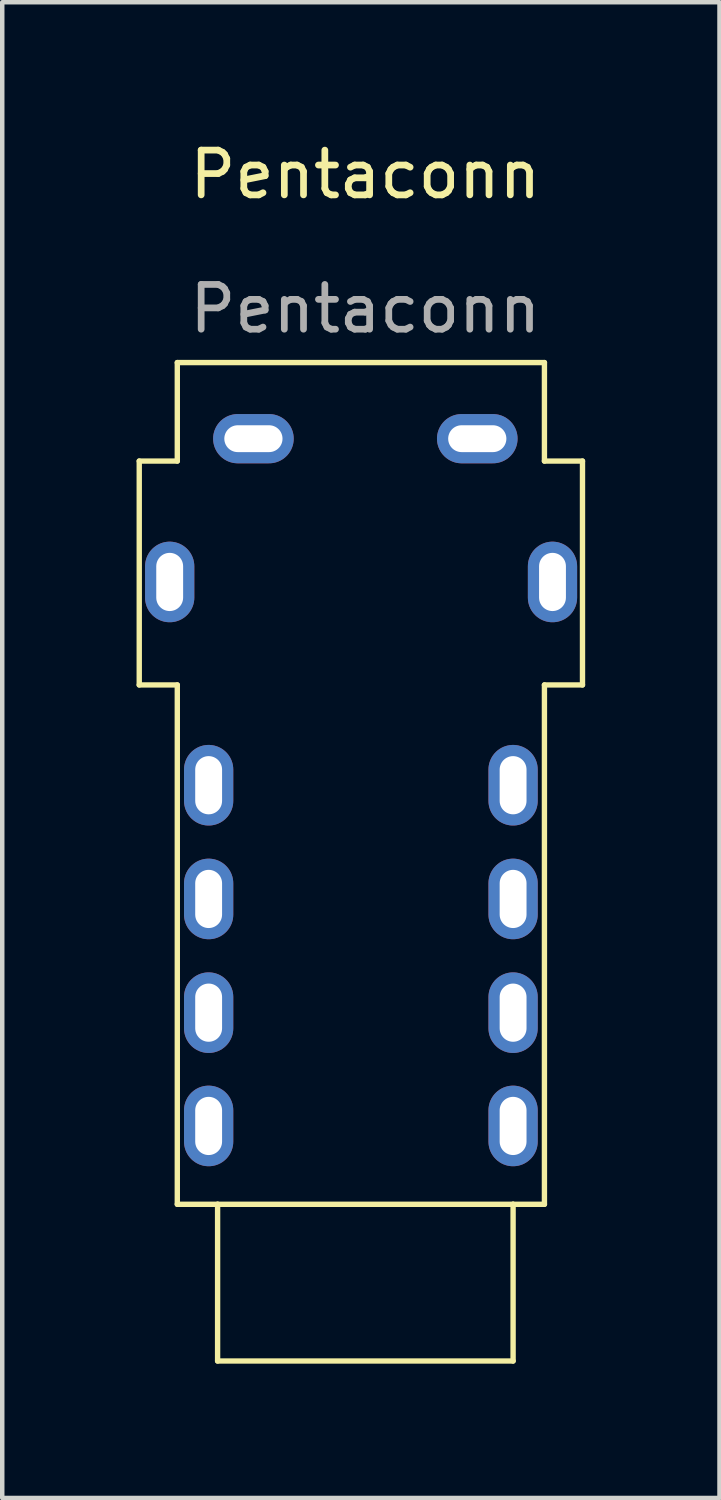
<source format=kicad_pcb>
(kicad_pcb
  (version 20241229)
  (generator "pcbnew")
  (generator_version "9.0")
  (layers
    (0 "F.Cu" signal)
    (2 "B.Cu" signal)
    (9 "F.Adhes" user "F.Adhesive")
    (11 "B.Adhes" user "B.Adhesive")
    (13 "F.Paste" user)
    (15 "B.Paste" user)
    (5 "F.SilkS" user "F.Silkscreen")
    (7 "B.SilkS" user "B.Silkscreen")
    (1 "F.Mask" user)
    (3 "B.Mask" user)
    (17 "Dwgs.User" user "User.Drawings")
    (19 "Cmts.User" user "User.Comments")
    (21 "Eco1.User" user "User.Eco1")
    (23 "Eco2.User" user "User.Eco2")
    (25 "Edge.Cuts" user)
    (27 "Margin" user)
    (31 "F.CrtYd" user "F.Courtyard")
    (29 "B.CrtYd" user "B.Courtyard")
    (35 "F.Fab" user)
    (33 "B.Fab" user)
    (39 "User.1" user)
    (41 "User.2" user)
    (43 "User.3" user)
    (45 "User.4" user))
  (footprint "Pentaconn"
    (layer "F.Cu")
    (at 5.11 15.548)
    (property "Reference" "Pentaconn" (at 0 -14.7 0) (unlocked yes) (layer "F.SilkS") (effects (font (size 1 1) (thickness 0.15))))
    (attr through_hole)
    (fp_line (start -5.05 -8.3) (end -5.05 -3.3) (stroke (width 0.12) (type default)) (layer "F.SilkS"))
    (fp_line (start -5.05 -3.3) (end -4.2 -3.3) (stroke (width 0.12) (type default)) (layer "F.SilkS"))
    (fp_line (start -4.2 -10.5) (end -4.2 -8.3) (stroke (width 0.12) (type default)) (layer "F.SilkS"))
    (fp_line (start -4.2 -8.3) (end -5.05 -8.3) (stroke (width 0.12) (type default)) (layer "F.SilkS"))
    (fp_line (start -4.2 -3.3) (end -4.2 8.3) (stroke (width 0.12) (type default)) (layer "F.SilkS"))
    (fp_line (start -4.2 8.3) (end -3.3 8.3) (stroke (width 0.12) (type default)) (layer "F.SilkS"))
    (fp_line (start -3.3 8.3) (end -3.3 11.8) (stroke (width 0.12) (type default)) (layer "F.SilkS"))
    (fp_line (start -3.3 8.3) (end 3.3 8.3) (stroke (width 0.12) (type default)) (layer "F.SilkS"))
    (fp_line (start -3.3 11.8) (end 3.3 11.8) (stroke (width 0.12) (type default)) (layer "F.SilkS"))
    (fp_line (start 3.3 8.3) (end 4 8.3) (stroke (width 0.12) (type default)) (layer "F.SilkS"))
    (fp_line (start 3.3 11.8) (end 3.3 8.3) (stroke (width 0.12) (type default)) (layer "F.SilkS"))
    (fp_line (start 4 -10.5) (end -4.2 -10.5) (stroke (width 0.12) (type default)) (layer "F.SilkS"))
    (fp_line (start 4 -8.3) (end 4 -10.5) (stroke (width 0.12) (type default)) (layer "F.SilkS"))
    (fp_line (start 4 -3.3) (end 4.85 -3.3) (stroke (width 0.12) (type default)) (layer "F.SilkS"))
    (fp_line (start 4 8.3) (end 4 -3.3) (stroke (width 0.12) (type default)) (layer "F.SilkS"))
    (fp_line (start 4.85 -8.3) (end 4 -8.3) (stroke (width 0.12) (type default)) (layer "F.SilkS"))
    (fp_line (start 4.85 -3.3) (end 4.85 -8.3) (stroke (width 0.12) (type default)) (layer "F.SilkS"))
    (fp_text user "${REFERENCE}" (at 0 -11.7 0) (unlocked yes) (layer "F.Fab") (effects (font (size 1 1) (thickness 0.15))))
    (pad "G" thru_hole oval (at -3.5 6.55) (size 1.1 1.8) (drill oval 0.6 1.3) (layers "*.Cu" "*.Mask"))
    (pad "G" thru_hole oval (at 3.3 6.55) (size 1.1 1.8) (drill oval 0.6 1.3) (layers "*.Cu" "*.Mask"))
    (pad "L+" thru_hole oval (at -2.5 -8.8 90) (size 1.1 1.8) (drill oval 0.6 1.3) (layers "*.Cu" "*.Mask"))
    (pad "L+" thru_hole oval (at 2.5 -8.8 90) (size 1.1 1.8) (drill oval 0.6 1.3) (layers "*.Cu" "*.Mask"))
    (pad "L-" thru_hole oval (at -3.5 -1.06) (size 1.1 1.8) (drill oval 0.6 1.3) (layers "*.Cu" "*.Mask"))
    (pad "L-" thru_hole oval (at 3.3 -1.06) (size 1.1 1.8) (drill oval 0.6 1.3) (layers "*.Cu" "*.Mask"))
    (pad "R+" thru_hole oval (at -3.5 1.48) (size 1.1 1.8) (drill oval 0.6 1.3) (layers "*.Cu" "*.Mask"))
    (pad "R+" thru_hole oval (at 3.3 1.48) (size 1.1 1.8) (drill oval 0.6 1.3) (layers "*.Cu" "*.Mask"))
    (pad "R-" thru_hole oval (at -3.5 4.02) (size 1.1 1.8) (drill oval 0.6 1.3) (layers "*.Cu" "*.Mask"))
    (pad "R-" thru_hole oval (at 3.3 4.02) (size 1.1 1.8) (drill oval 0.6 1.3) (layers "*.Cu" "*.Mask"))
    (pad "S1" thru_hole oval (at 4.18 -5.6) (size 1.1 1.8) (drill oval 0.6 1.3) (layers "*.Cu" "*.Mask"))
    (pad "S2" thru_hole oval (at -4.37 -5.6) (size 1.1 1.8) (drill oval 0.6 1.3) (layers "*.Cu" "*.Mask")))
  (gr_rect
    (start -3 -3)
    (end 13.02 30.408)
    (stroke (width 0.1) (type default))
    (fill no)
    (layer "Edge.Cuts")))
</source>
